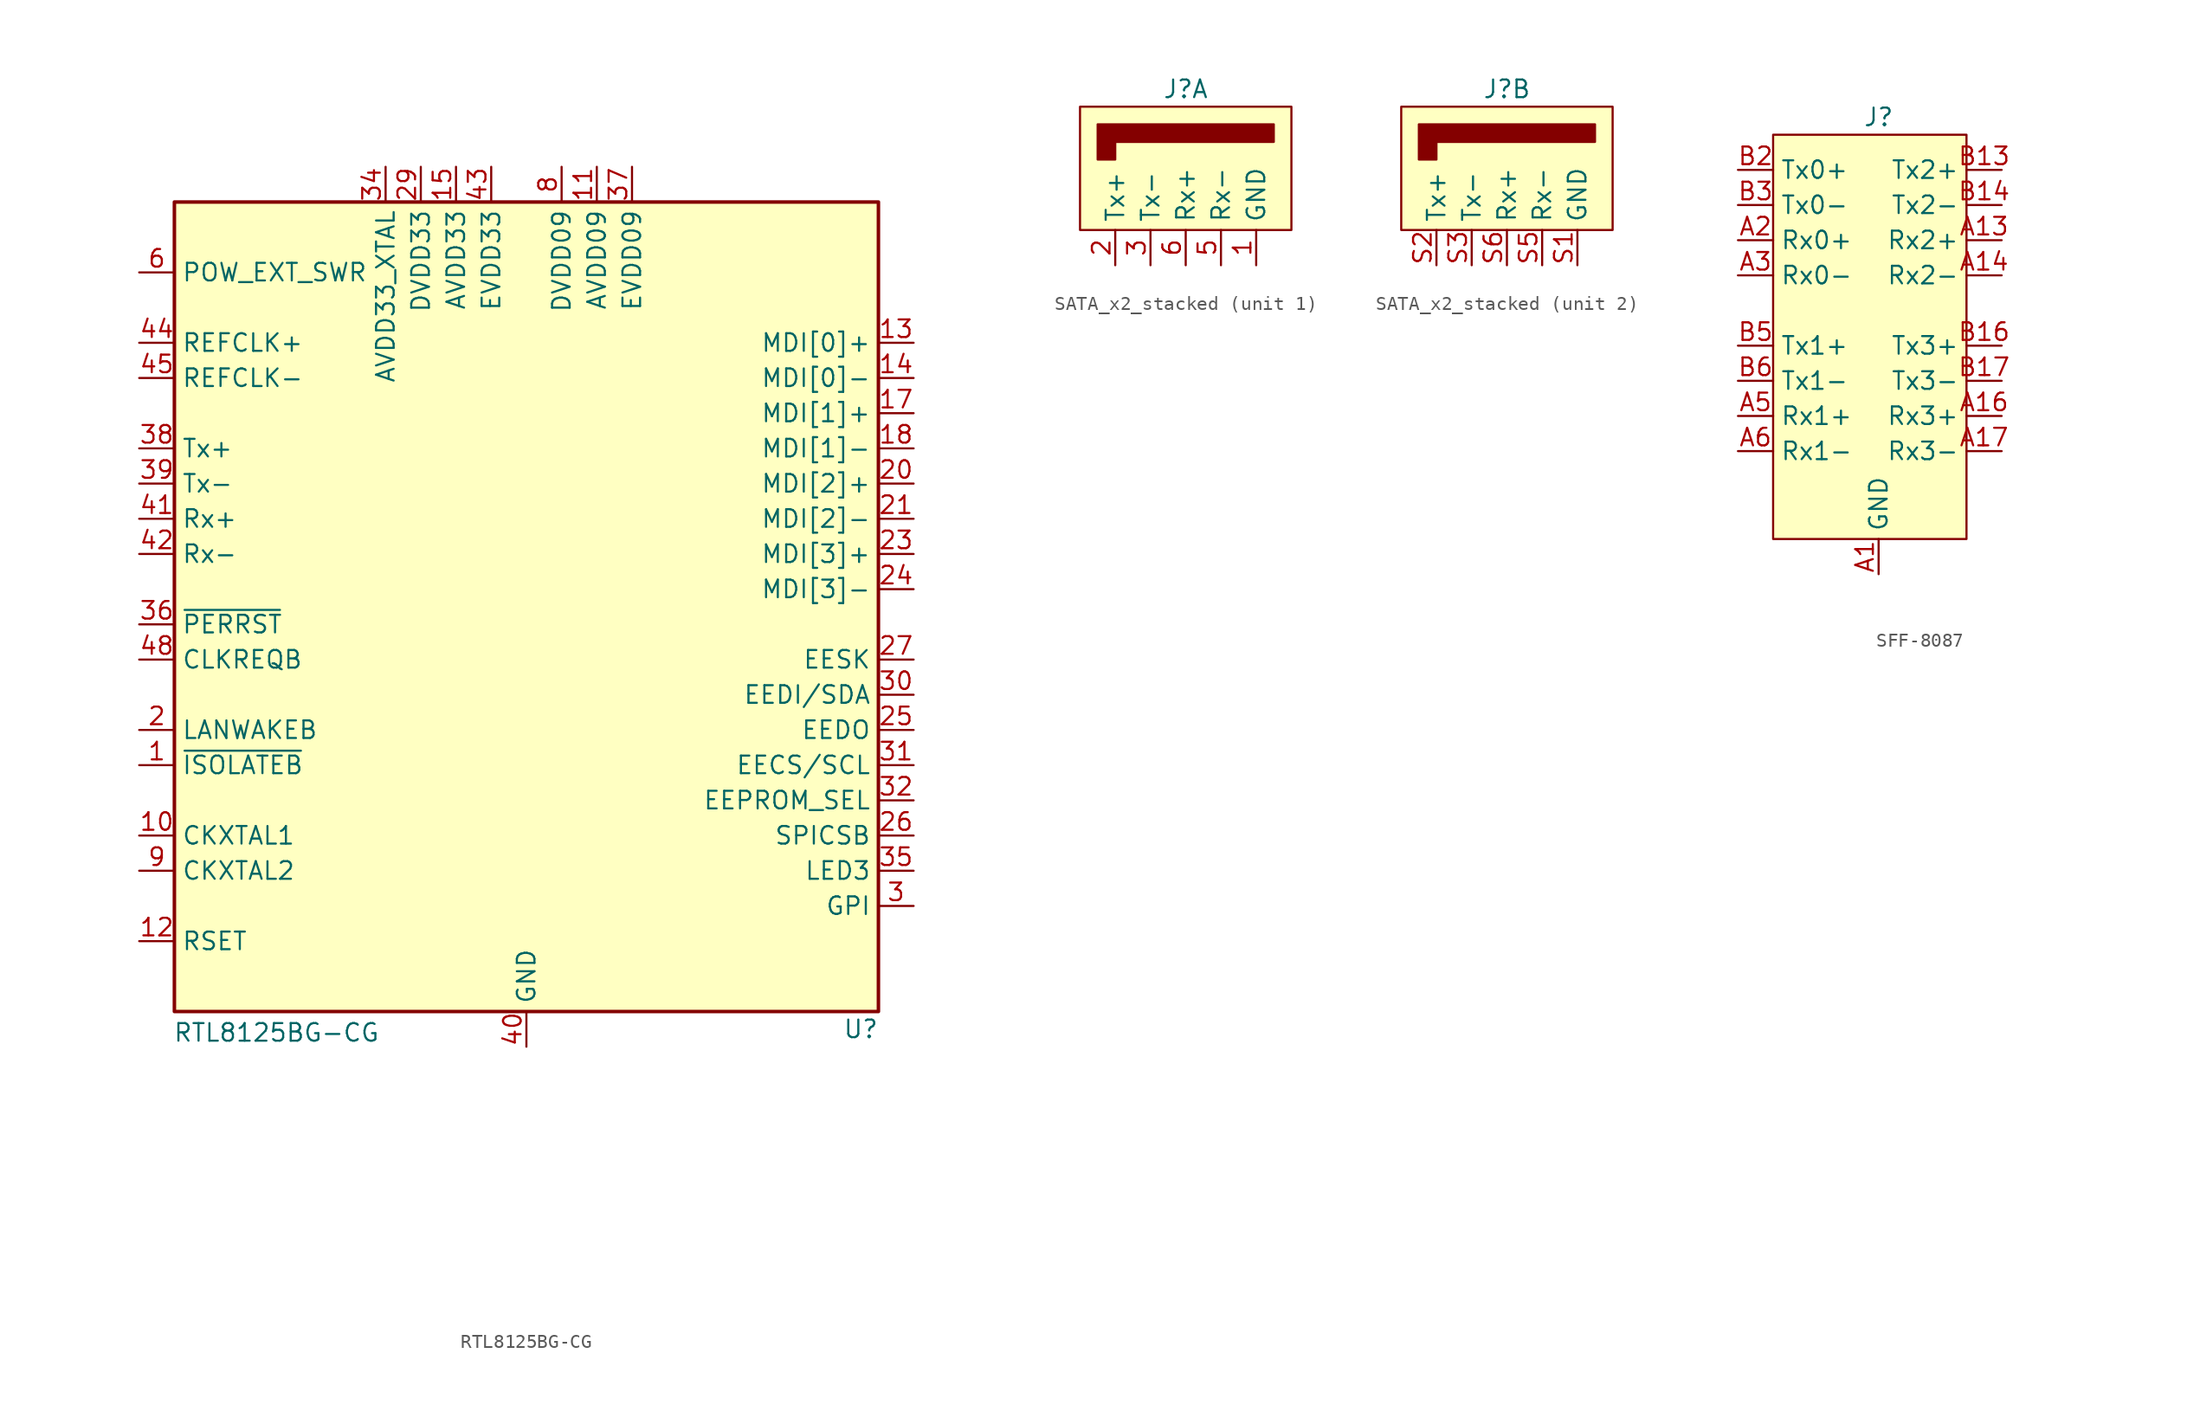
<source format=kicad_sym>
(kicad_symbol_lib
  (version 20241209)
  (generator "kicad_symbol_editor")
  (generator_version "9.0")
  (symbol "RTL8125BG-CG"
    (property "Reference" "U"
      (at 24.13 -6.35 0)
      (effects (font (size 1.27 1.27))))
    (property "Value" "RTL8125BG-CG"
      (at -18.034 -6.604 0)
      (effects (font (size 1.27 1.27))))
    (symbol "RTL8125BG-CG_0_1"
      (rectangle (start -25.4 53.34) (end 25.4 -5.08) (stroke (width 0.254) (type default)) (fill (type background))))
    (symbol "RTL8125BG-CG_1_1"
      (pin output line (at -27.94 48.26 0) (length 2.54) (name "POW_EXT_SWR" (effects (font (size 1.27 1.27)))) (number "6" (effects (font (size 1.27 1.27)))))
      (pin input line (at -27.94 43.18 0) (length 2.54) (name "REFCLK+" (effects (font (size 1.27 1.27)))) (number "44" (effects (font (size 1.27 1.27)))))
      (pin input line (at -27.94 40.64 0) (length 2.54) (name "REFCLK-" (effects (font (size 1.27 1.27)))) (number "45" (effects (font (size 1.27 1.27)))))
      (pin output line (at -27.94 35.56 0) (length 2.54) (name "Tx+" (effects (font (size 1.27 1.27)))) (number "38" (effects (font (size 1.27 1.27)))))
      (pin output line (at -27.94 33.02 0) (length 2.54) (name "Tx-" (effects (font (size 1.27 1.27)))) (number "39" (effects (font (size 1.27 1.27)))))
      (pin input line (at -27.94 30.48 0) (length 2.54) (name "Rx+" (effects (font (size 1.27 1.27)))) (number "41" (effects (font (size 1.27 1.27)))))
      (pin input line (at -27.94 27.94 0) (length 2.54) (name "Rx-" (effects (font (size 1.27 1.27)))) (number "42" (effects (font (size 1.27 1.27)))))
      (pin input line (at -27.94 22.86 0) (length 2.54) (name "~{PERRST}" (effects (font (size 1.27 1.27)))) (number "36" (effects (font (size 1.27 1.27)))))
      (pin open_collector line (at -27.94 20.32 0) (length 2.54) (name "CLKREQB" (effects (font (size 1.27 1.27)))) (number "48" (effects (font (size 1.27 1.27)))))
      (pin open_collector line (at -27.94 15.24 0) (length 2.54) (name "LANWAKEB" (effects (font (size 1.27 1.27)))) (number "2" (effects (font (size 1.27 1.27)))))
      (pin input line (at -27.94 12.7 0) (length 2.54) (name "~{ISOLATEB}" (effects (font (size 1.27 1.27)))) (number "1" (effects (font (size 1.27 1.27)))))
      (pin input line (at -27.94 7.62 0) (length 2.54) (name "CKXTAL1" (effects (font (size 1.27 1.27)))) (number "10" (effects (font (size 1.27 1.27)))))
      (pin output line (at -27.94 5.08 0) (length 2.54) (name "CKXTAL2" (effects (font (size 1.27 1.27)))) (number "9" (effects (font (size 1.27 1.27)))))
      (pin passive line (at -27.94 0 0) (length 2.54) (name "RSET" (effects (font (size 1.27 1.27)))) (number "12" (effects (font (size 1.27 1.27)))))
      (pin no_connect line (at -27.94 -20.32 0) (length 2.54) (hide yes) (name "NC" (effects (font (size 1.27 1.27)))) (number "4" (effects (font (size 1.27 1.27)))))
      (pin no_connect line (at -27.94 -20.32 0) (length 2.54) (hide yes) (name "NC" (effects (font (size 1.27 1.27)))) (number "5" (effects (font (size 1.27 1.27)))))
      (pin no_connect line (at -27.94 -20.32 0) (length 2.54) (hide yes) (name "NC" (effects (font (size 1.27 1.27)))) (number "7" (effects (font (size 1.27 1.27)))))
      (pin power_in line (at -10.16 55.88 270) (length 2.54) (name "AVDD33_XTAL" (effects (font (size 1.27 1.27)))) (number "34" (effects (font (size 1.27 1.27)))))
      (pin power_in line (at -7.62 55.88 270) (length 2.54) (name "DVDD33" (effects (font (size 1.27 1.27)))) (number "29" (effects (font (size 1.27 1.27)))))
      (pin passive line (at -7.62 55.88 270) (length 2.54) (hide yes) (name "DVDD33" (effects (font (size 1.27 1.27)))) (number "46" (effects (font (size 1.27 1.27)))))
      (pin power_in line (at -5.08 55.88 270) (length 2.54) (name "AVDD33" (effects (font (size 1.27 1.27)))) (number "15" (effects (font (size 1.27 1.27)))))
      (pin passive line (at -5.08 55.88 270) (length 2.54) (hide yes) (name "AVDD33" (effects (font (size 1.27 1.27)))) (number "19" (effects (font (size 1.27 1.27)))))
      (pin passive line (at -5.08 55.88 270) (length 2.54) (hide yes) (name "AVDD33" (effects (font (size 1.27 1.27)))) (number "33" (effects (font (size 1.27 1.27)))))
      (pin power_in line (at -2.54 55.88 270) (length 2.54) (name "EVDD33" (effects (font (size 1.27 1.27)))) (number "43" (effects (font (size 1.27 1.27)))))
      (pin power_in line (at 0 -7.62 90) (length 2.54) (name "GND" (effects (font (size 1.27 1.27)))) (number "40" (effects (font (size 1.27 1.27)))))
      (pin passive line (at 0 -7.62 90) (length 2.54) (hide yes) (name "GND" (effects (font (size 1.27 1.27)))) (number "49" (effects (font (size 1.27 1.27)))))
      (pin passive line (at 2.54 55.88 270) (length 2.54) (hide yes) (name "DVDD09" (effects (font (size 1.27 1.27)))) (number "28" (effects (font (size 1.27 1.27)))))
      (pin passive line (at 2.54 55.88 270) (length 2.54) (hide yes) (name "DVDD09" (effects (font (size 1.27 1.27)))) (number "47" (effects (font (size 1.27 1.27)))))
      (pin power_in line (at 2.54 55.88 270) (length 2.54) (name "DVDD09" (effects (font (size 1.27 1.27)))) (number "8" (effects (font (size 1.27 1.27)))))
      (pin power_in line (at 5.08 55.88 270) (length 2.54) (name "AVDD09" (effects (font (size 1.27 1.27)))) (number "11" (effects (font (size 1.27 1.27)))))
      (pin passive line (at 5.08 55.88 270) (length 2.54) (hide yes) (name "AVDD09" (effects (font (size 1.27 1.27)))) (number "16" (effects (font (size 1.27 1.27)))))
      (pin passive line (at 5.08 55.88 270) (length 2.54) (hide yes) (name "AVDD09" (effects (font (size 1.27 1.27)))) (number "22" (effects (font (size 1.27 1.27)))))
      (pin power_in line (at 7.62 55.88 270) (length 2.54) (name "EVDD09" (effects (font (size 1.27 1.27)))) (number "37" (effects (font (size 1.27 1.27)))))
      (pin bidirectional line (at 27.94 43.18 180) (length 2.54) (name "MDI[0]+" (effects (font (size 1.27 1.27)))) (number "13" (effects (font (size 1.27 1.27)))))
      (pin bidirectional line (at 27.94 40.64 180) (length 2.54) (name "MDI[0]-" (effects (font (size 1.27 1.27)))) (number "14" (effects (font (size 1.27 1.27)))))
      (pin bidirectional line (at 27.94 38.1 180) (length 2.54) (name "MDI[1]+" (effects (font (size 1.27 1.27)))) (number "17" (effects (font (size 1.27 1.27)))))
      (pin bidirectional line (at 27.94 35.56 180) (length 2.54) (name "MDI[1]-" (effects (font (size 1.27 1.27)))) (number "18" (effects (font (size 1.27 1.27)))))
      (pin bidirectional line (at 27.94 33.02 180) (length 2.54) (name "MDI[2]+" (effects (font (size 1.27 1.27)))) (number "20" (effects (font (size 1.27 1.27)))))
      (pin bidirectional line (at 27.94 30.48 180) (length 2.54) (name "MDI[2]-" (effects (font (size 1.27 1.27)))) (number "21" (effects (font (size 1.27 1.27)))))
      (pin bidirectional line (at 27.94 27.94 180) (length 2.54) (name "MDI[3]+" (effects (font (size 1.27 1.27)))) (number "23" (effects (font (size 1.27 1.27)))))
      (pin bidirectional line (at 27.94 25.4 180) (length 2.54) (name "MDI[3]-" (effects (font (size 1.27 1.27)))) (number "24" (effects (font (size 1.27 1.27)))))
      (pin bidirectional line (at 27.94 20.32 180) (length 2.54) (name "EESK" (effects (font (size 1.27 1.27)))) (number "27" (effects (font (size 1.27 1.27)))) (alternate "LED1" bidirectional line) (alternate "SPISCK" bidirectional line))
      (pin bidirectional line (at 27.94 17.78 180) (length 2.54) (name "EEDI/SDA" (effects (font (size 1.27 1.27)))) (number "30" (effects (font (size 1.27 1.27)))) (alternate "LED0" output line) (alternate "SPISI" output line))
      (pin input line (at 27.94 15.24 180) (length 2.54) (name "EEDO" (effects (font (size 1.27 1.27)))) (number "25" (effects (font (size 1.27 1.27)))) (alternate "LED2" output line) (alternate "SPISO" input line))
      (pin output line (at 27.94 12.7 180) (length 2.54) (name "EECS/SCL" (effects (font (size 1.27 1.27)))) (number "31" (effects (font (size 1.27 1.27)))))
      (pin input line (at 27.94 10.16 180) (length 2.54) (name "EEPROM_SEL" (effects (font (size 1.27 1.27)))) (number "32" (effects (font (size 1.27 1.27)))))
      (pin output line (at 27.94 7.62 180) (length 2.54) (name "SPICSB" (effects (font (size 1.27 1.27)))) (number "26" (effects (font (size 1.27 1.27)))))
      (pin output line (at 27.94 5.08 180) (length 2.54) (name "LED3" (effects (font (size 1.27 1.27)))) (number "35" (effects (font (size 1.27 1.27)))))
      (pin bidirectional line (at 27.94 2.54 180) (length 2.54) (name "GPI" (effects (font (size 1.27 1.27)))) (number "3" (effects (font (size 1.27 1.27)))))))
  (symbol "SATA_x2_stacked"
    (property "Reference" "J"
      (at 0 0 0)
      (effects (font (size 1.27 1.27))))
    (property "Value" ""
      (at 0 0 0)
      (effects (font (size 1.27 1.27))))
    (property "ki_locked" ""
      (at 0 0 0)
      (effects (font (size 1.27 1.27))))
    (symbol "SATA_x2_stacked_1_1"
      (rectangle (start -7.62 -1.27) (end 7.62 -10.16) (stroke (width 0) (type solid)) (fill (type background)))
      (polyline (pts (xy -6.35 -2.54) (xy -6.35 -5.08) (xy -5.08 -5.08) (xy -5.08 -3.81) (xy 6.35 -3.81) (xy 6.35 -2.54) (xy -6.35 -2.54)) (stroke (width 0) (type solid)) (fill (type outline)))
      (pin input line (at -5.08 -12.7 90) (length 2.54) (name "Tx+" (effects (font (size 1.27 1.27)))) (number "2" (effects (font (size 1.27 1.27)))))
      (pin input line (at -2.54 -12.7 90) (length 2.54) (name "Tx-" (effects (font (size 1.27 1.27)))) (number "3" (effects (font (size 1.27 1.27)))))
      (pin output line (at 0 -12.7 90) (length 2.54) (name "Rx+" (effects (font (size 1.27 1.27)))) (number "6" (effects (font (size 1.27 1.27)))))
      (pin output line (at 2.54 -12.7 90) (length 2.54) (name "Rx-" (effects (font (size 1.27 1.27)))) (number "5" (effects (font (size 1.27 1.27)))))
      (pin power_in line (at 5.08 -12.7 90) (length 2.54) (name "GND" (effects (font (size 1.27 1.27)))) (number "1" (effects (font (size 1.27 1.27)))))
      (pin passive line (at 5.08 -12.7 90) (length 2.54) (hide yes) (name "GND" (effects (font (size 1.27 1.27)))) (number "15" (effects (font (size 1.27 1.27)))))
      (pin passive line (at 5.08 -12.7 90) (length 2.54) (hide yes) (name "GND" (effects (font (size 1.27 1.27)))) (number "16" (effects (font (size 1.27 1.27)))))
      (pin passive line (at 5.08 -12.7 90) (length 2.54) (hide yes) (name "GND" (effects (font (size 1.27 1.27)))) (number "4" (effects (font (size 1.27 1.27)))))
      (pin passive line (at 5.08 -12.7 90) (length 2.54) (hide yes) (name "GND" (effects (font (size 1.27 1.27)))) (number "7" (effects (font (size 1.27 1.27))))))
    (symbol "SATA_x2_stacked_2_1"
      (rectangle (start -7.62 -1.27) (end 7.62 -10.16) (stroke (width 0) (type solid)) (fill (type background)))
      (polyline (pts (xy -6.35 -2.54) (xy -6.35 -5.08) (xy -5.08 -5.08) (xy -5.08 -3.81) (xy 6.35 -3.81) (xy 6.35 -2.54) (xy -6.35 -2.54)) (stroke (width 0) (type solid)) (fill (type outline)))
      (pin input line (at -5.08 -12.7 90) (length 2.54) (name "Tx+" (effects (font (size 1.27 1.27)))) (number "S2" (effects (font (size 1.27 1.27)))))
      (pin input line (at -2.54 -12.7 90) (length 2.54) (name "Tx-" (effects (font (size 1.27 1.27)))) (number "S3" (effects (font (size 1.27 1.27)))))
      (pin output line (at 0 -12.7 90) (length 2.54) (name "Rx+" (effects (font (size 1.27 1.27)))) (number "S6" (effects (font (size 1.27 1.27)))))
      (pin output line (at 2.54 -12.7 90) (length 2.54) (name "Rx-" (effects (font (size 1.27 1.27)))) (number "S5" (effects (font (size 1.27 1.27)))))
      (pin power_in line (at 5.08 -12.7 90) (length 2.54) (name "GND" (effects (font (size 1.27 1.27)))) (number "S1" (effects (font (size 1.27 1.27)))))
      (pin passive line (at 5.08 -12.7 90) (length 2.54) (hide yes) (name "GND" (effects (font (size 1.27 1.27)))) (number "S4" (effects (font (size 1.27 1.27)))))
      (pin passive line (at 5.08 -12.7 90) (length 2.54) (hide yes) (name "GND" (effects (font (size 1.27 1.27)))) (number "S7" (effects (font (size 1.27 1.27)))))))
  (symbol "SFF-8087"
    (property "Reference" "J"
      (at 0 0 0)
      (effects (font (size 1.27 1.27))))
    (property "Value" ""
      (at 0 0 0)
      (effects (font (size 1.27 1.27))))
    (symbol "SFF-8087_1_1"
      (rectangle (start -7.62 -1.27) (end 6.35 -30.48) (stroke (width 0) (type solid)) (fill (type background)))
      (pin input line (at -10.16 -3.81 0) (length 2.54) (name "Tx0+" (effects (font (size 1.27 1.27)))) (number "B2" (effects (font (size 1.27 1.27)))))
      (pin input line (at -10.16 -6.35 0) (length 2.54) (name "Tx0-" (effects (font (size 1.27 1.27)))) (number "B3" (effects (font (size 1.27 1.27)))))
      (pin output line (at -10.16 -8.89 0) (length 2.54) (name "Rx0+" (effects (font (size 1.27 1.27)))) (number "A2" (effects (font (size 1.27 1.27)))))
      (pin output line (at -10.16 -11.43 0) (length 2.54) (name "Rx0-" (effects (font (size 1.27 1.27)))) (number "A3" (effects (font (size 1.27 1.27)))))
      (pin input line (at -10.16 -16.51 0) (length 2.54) (name "Tx1+" (effects (font (size 1.27 1.27)))) (number "B5" (effects (font (size 1.27 1.27)))))
      (pin input line (at -10.16 -19.05 0) (length 2.54) (name "Tx1-" (effects (font (size 1.27 1.27)))) (number "B6" (effects (font (size 1.27 1.27)))))
      (pin output line (at -10.16 -21.59 0) (length 2.54) (name "Rx1+" (effects (font (size 1.27 1.27)))) (number "A5" (effects (font (size 1.27 1.27)))))
      (pin output line (at -10.16 -24.13 0) (length 2.54) (name "Rx1-" (effects (font (size 1.27 1.27)))) (number "A6" (effects (font (size 1.27 1.27)))))
      (pin power_in line (at 0 -33.02 90) (length 2.54) (name "GND" (effects (font (size 1.27 1.27)))) (number "A1" (effects (font (size 1.27 1.27)))))
      (pin passive line (at 0 -33.02 90) (length 2.54) (hide yes) (name "GND" (effects (font (size 1.27 1.27)))) (number "A12" (effects (font (size 1.27 1.27)))))
      (pin passive line (at 0 -33.02 90) (length 2.54) (hide yes) (name "GND" (effects (font (size 1.27 1.27)))) (number "A15" (effects (font (size 1.27 1.27)))))
      (pin passive line (at 0 -33.02 90) (length 2.54) (hide yes) (name "GND" (effects (font (size 1.27 1.27)))) (number "A18" (effects (font (size 1.27 1.27)))))
      (pin passive line (at 0 -33.02 90) (length 2.54) (hide yes) (name "GND" (effects (font (size 1.27 1.27)))) (number "A4" (effects (font (size 1.27 1.27)))))
      (pin passive line (at 0 -33.02 90) (length 2.54) (hide yes) (name "GND" (effects (font (size 1.27 1.27)))) (number "A7" (effects (font (size 1.27 1.27)))))
      (pin passive line (at 0 -33.02 90) (length 2.54) (hide yes) (name "GND" (effects (font (size 1.27 1.27)))) (number "B1" (effects (font (size 1.27 1.27)))))
      (pin passive line (at 0 -33.02 90) (length 2.54) (hide yes) (name "GND" (effects (font (size 1.27 1.27)))) (number "B12" (effects (font (size 1.27 1.27)))))
      (pin passive line (at 0 -33.02 90) (length 2.54) (hide yes) (name "GND" (effects (font (size 1.27 1.27)))) (number "B15" (effects (font (size 1.27 1.27)))))
      (pin passive line (at 0 -33.02 90) (length 2.54) (hide yes) (name "GND" (effects (font (size 1.27 1.27)))) (number "B18" (effects (font (size 1.27 1.27)))))
      (pin passive line (at 0 -33.02 90) (length 2.54) (hide yes) (name "GND" (effects (font (size 1.27 1.27)))) (number "B4" (effects (font (size 1.27 1.27)))))
      (pin passive line (at 0 -33.02 90) (length 2.54) (hide yes) (name "GND" (effects (font (size 1.27 1.27)))) (number "B7" (effects (font (size 1.27 1.27)))))
      (pin passive line (at 0 -33.02 90) (length 2.54) (hide yes) (name "GND" (effects (font (size 1.27 1.27)))) (number "SH" (effects (font (size 1.27 1.27)))))
      (pin input line (at 8.89 -3.81 180) (length 2.54) (name "Tx2+" (effects (font (size 1.27 1.27)))) (number "B13" (effects (font (size 1.27 1.27)))))
      (pin input line (at 8.89 -6.35 180) (length 2.54) (name "Tx2-" (effects (font (size 1.27 1.27)))) (number "B14" (effects (font (size 1.27 1.27)))))
      (pin output line (at 8.89 -8.89 180) (length 2.54) (name "Rx2+" (effects (font (size 1.27 1.27)))) (number "A13" (effects (font (size 1.27 1.27)))))
      (pin output line (at 8.89 -11.43 180) (length 2.54) (name "Rx2-" (effects (font (size 1.27 1.27)))) (number "A14" (effects (font (size 1.27 1.27)))))
      (pin input line (at 8.89 -16.51 180) (length 2.54) (name "Tx3+" (effects (font (size 1.27 1.27)))) (number "B16" (effects (font (size 1.27 1.27)))))
      (pin input line (at 8.89 -19.05 180) (length 2.54) (name "Tx3-" (effects (font (size 1.27 1.27)))) (number "B17" (effects (font (size 1.27 1.27)))))
      (pin output line (at 8.89 -21.59 180) (length 2.54) (name "Rx3+" (effects (font (size 1.27 1.27)))) (number "A16" (effects (font (size 1.27 1.27)))))
      (pin output line (at 8.89 -24.13 180) (length 2.54) (name "Rx3-" (effects (font (size 1.27 1.27)))) (number "A17" (effects (font (size 1.27 1.27)))))
      (pin no_connect line (at 16.51 -3.81 180) (length 2.54) (hide yes) (name "" (effects (font (size 1.27 1.27)))) (number "B8" (effects (font (size 1.27 1.27)))))
      (pin no_connect line (at 16.51 -6.35 180) (length 2.54) (hide yes) (name "" (effects (font (size 1.27 1.27)))) (number "B9" (effects (font (size 1.27 1.27)))))
      (pin no_connect line (at 16.51 -8.89 180) (length 2.54) (hide yes) (name "" (effects (font (size 1.27 1.27)))) (number "B10" (effects (font (size 1.27 1.27)))))
      (pin no_connect line (at 16.51 -11.43 180) (length 2.54) (hide yes) (name "" (effects (font (size 1.27 1.27)))) (number "B11" (effects (font (size 1.27 1.27)))))
      (pin no_connect line (at 16.51 -13.97 180) (length 2.54) (hide yes) (name "" (effects (font (size 1.27 1.27)))) (number "A8" (effects (font (size 1.27 1.27)))))
      (pin no_connect line (at 16.51 -16.51 180) (length 2.54) (hide yes) (name "" (effects (font (size 1.27 1.27)))) (number "A9" (effects (font (size 1.27 1.27)))))
      (pin no_connect line (at 16.51 -19.05 180) (length 2.54) (hide yes) (name "" (effects (font (size 1.27 1.27)))) (number "A10" (effects (font (size 1.27 1.27)))))
      (pin no_connect line (at 16.51 -21.59 180) (length 2.54) (hide yes) (name "" (effects (font (size 1.27 1.27)))) (number "A11" (effects (font (size 1.27 1.27))))))))
</source>
